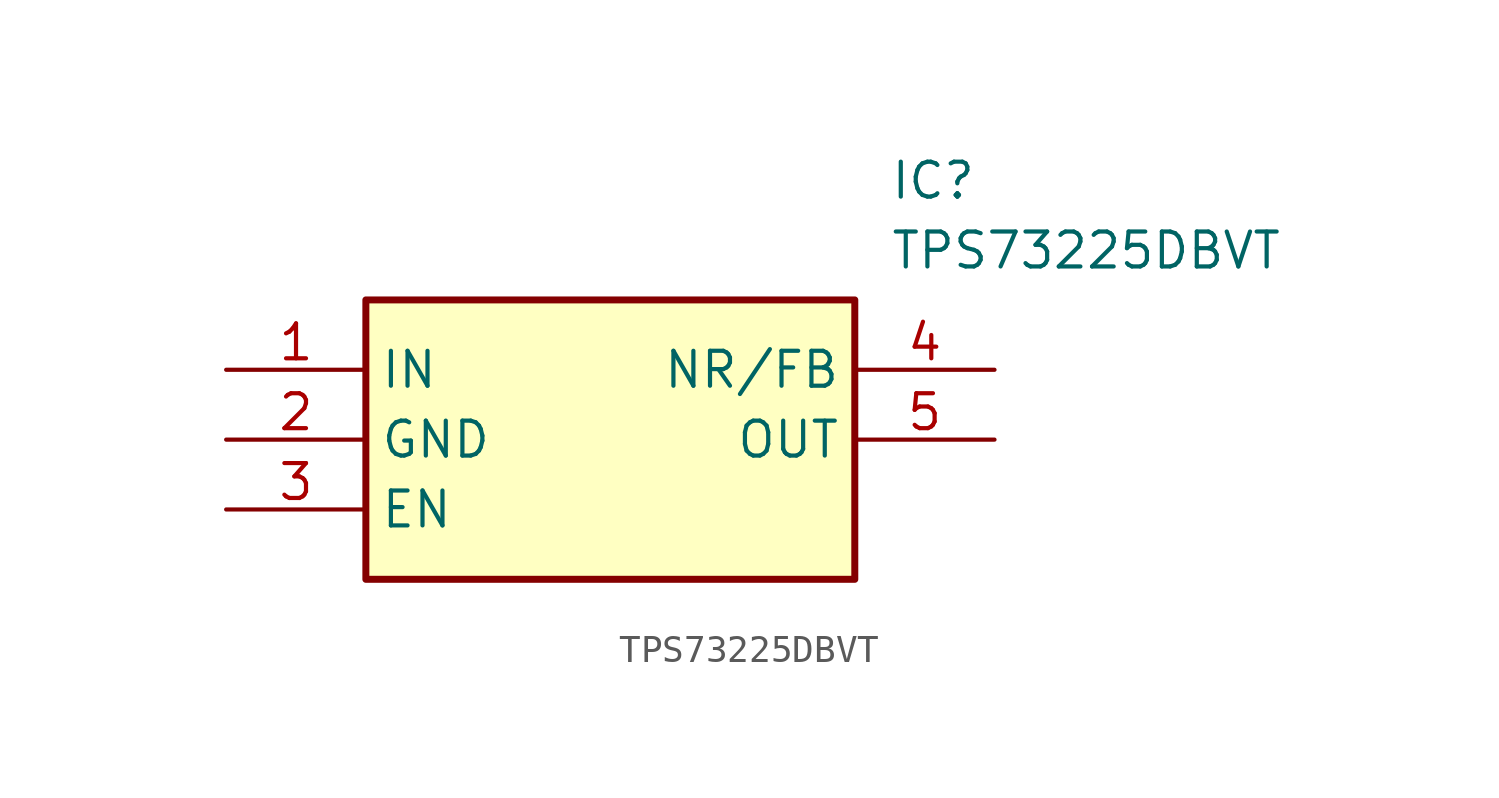
<source format=kicad_sym>
(kicad_symbol_lib
  (version 20211014)
  (generator SamacSys_ECAD_Model)
  (symbol "TPS73225DBVT"
    (property "Reference" "IC"
      (at 24.13 7.62 0)
      (effects (font (size 1.27 1.27)) (justify left top)))
    (property "Value" "TPS73225DBVT"
      (at 24.13 5.08 0)
      (effects (font (size 1.27 1.27)) (justify left top)))
    (rectangle
      (start 5.08 2.54)
      (end 22.86 -7.62)
      (stroke (width 0.254) (type default))
      (fill (type background)))
    (pin input line
      (at 0 0 0)
      (length 5.08)
      (name "IN" (effects (font (size 1.27 1.27))))
      (number "1" (effects (font (size 1.27 1.27)))))
    (pin power_in line
      (at 0 -2.54 0)
      (length 5.08)
      (name "GND" (effects (font (size 1.27 1.27))))
      (number "2" (effects (font (size 1.27 1.27)))))
    (pin passive line
      (at 0 -5.08 0)
      (length 5.08)
      (name "EN" (effects (font (size 1.27 1.27))))
      (number "3" (effects (font (size 1.27 1.27)))))
    (pin passive line
      (at 27.94 0 180)
      (length 5.08)
      (name "NR/FB" (effects (font (size 1.27 1.27))))
      (number "4" (effects (font (size 1.27 1.27)))))
    (pin output line
      (at 27.94 -2.54 180)
      (length 5.08)
      (name "OUT" (effects (font (size 1.27 1.27))))
      (number "5" (effects (font (size 1.27 1.27)))))))
</source>
